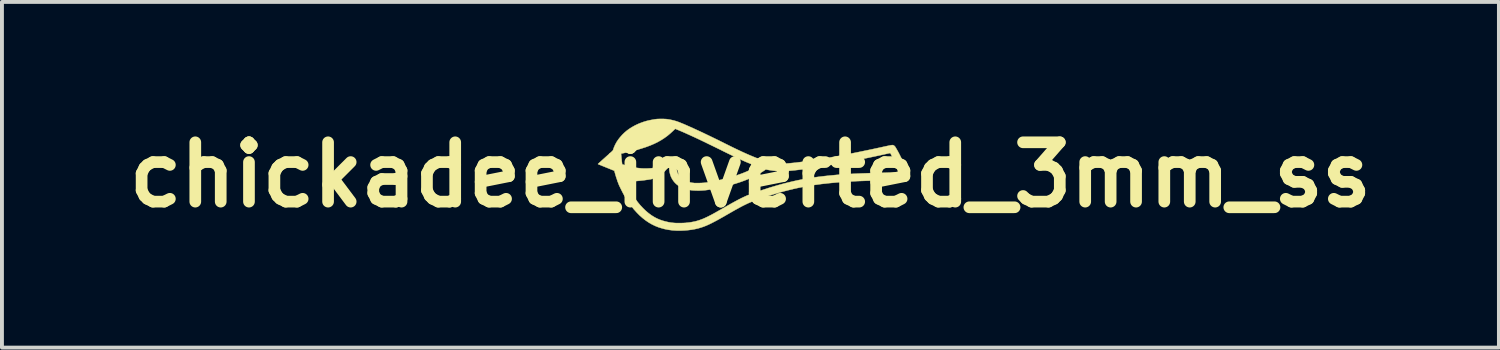
<source format=kicad_pcb>
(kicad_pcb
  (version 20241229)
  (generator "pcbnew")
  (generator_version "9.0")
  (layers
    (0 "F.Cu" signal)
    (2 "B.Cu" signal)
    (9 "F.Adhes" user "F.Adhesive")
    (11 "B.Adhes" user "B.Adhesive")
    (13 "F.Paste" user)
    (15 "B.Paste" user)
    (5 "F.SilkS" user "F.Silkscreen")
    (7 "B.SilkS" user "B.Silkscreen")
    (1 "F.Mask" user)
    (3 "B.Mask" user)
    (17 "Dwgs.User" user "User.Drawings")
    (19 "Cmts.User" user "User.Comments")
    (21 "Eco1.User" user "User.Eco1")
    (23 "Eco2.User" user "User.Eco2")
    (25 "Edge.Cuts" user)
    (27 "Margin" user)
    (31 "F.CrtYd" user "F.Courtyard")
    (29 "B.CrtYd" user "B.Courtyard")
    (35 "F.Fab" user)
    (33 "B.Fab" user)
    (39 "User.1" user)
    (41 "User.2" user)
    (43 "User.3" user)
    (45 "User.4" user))
  (footprint "chickadee_inverted_3mm_ss"
    (layer "F.Cu")
    (at 16.227 1.44)
    (property "Reference" "chickadee_inverted_3mm_ss" (at 0 0 0) (layer "F.SilkS") (effects (font (size 1.524 1.524) (thickness 0.3))))
    (attr through_hole)
    (fp_poly (pts (xy -2.253 -1.435) (xy -2.221 -1.434) (xy -2.193 -1.433) (xy -2.167 -1.431) (xy -2.143 -1.429) (xy -2.117 -1.425) (xy -2.09 -1.421) (xy -2.059 -1.415) (xy -2.058 -1.415) (xy -2.016 -1.406) (xy -1.974 -1.396) (xy -1.934 -1.385) (xy -1.892 -1.372) (xy -1.849 -1.357) (xy -1.803 -1.339) (xy -1.752 -1.318) (xy -1.712 -1.302) (xy -1.637 -1.269) (xy -1.56 -1.235) (xy -1.481 -1.2) (xy -1.4 -1.162) (xy -1.315 -1.123) (xy -1.227 -1.082) (xy -1.135 -1.038) (xy -1.039 -0.992) (xy -0.938 -0.943) (xy -0.831 -0.891) (xy -0.719 -0.835) (xy -0.651 -0.801) (xy -0.564 -0.758) (xy -0.483 -0.718) (xy -0.407 -0.681) (xy -0.336 -0.647) (xy -0.268 -0.615) (xy -0.204 -0.585) (xy -0.142 -0.557) (xy -0.082 -0.53) (xy -0.024 -0.505) (xy 0.033 -0.481) (xy 0.091 -0.457) (xy 0.148 -0.434) (xy 0.207 -0.411) (xy 0.267 -0.388) (xy 0.33 -0.365) (xy 0.369 -0.35) (xy 0.394 -0.342) (xy 0.42 -0.333) (xy 0.443 -0.326) (xy 0.465 -0.32) (xy 0.483 -0.316) (xy 0.497 -0.314) (xy 0.506 -0.313) (xy 0.508 -0.314) (xy 0.512 -0.313) (xy 0.513 -0.313) (xy 0.518 -0.311) (xy 0.527 -0.308) (xy 0.54 -0.306) (xy 0.554 -0.305) (xy 0.566 -0.303) (xy 0.573 -0.302) (xy 0.61 -0.297) (xy 0.641 -0.294) (xy 0.668 -0.291) (xy 0.693 -0.288) (xy 0.717 -0.287) (xy 0.742 -0.286) (xy 0.769 -0.286) (xy 0.789 -0.285) (xy 0.818 -0.286) (xy 0.848 -0.286) (xy 0.877 -0.287) (xy 0.904 -0.288) (xy 0.926 -0.289) (xy 0.931 -0.29) (xy 0.954 -0.292) (xy 0.982 -0.294) (xy 1.012 -0.297) (xy 1.043 -0.3) (xy 1.075 -0.303) (xy 1.106 -0.306) (xy 1.134 -0.309) (xy 1.159 -0.311) (xy 1.18 -0.314) (xy 1.195 -0.315) (xy 1.197 -0.316) (xy 1.211 -0.317) (xy 1.229 -0.32) (xy 1.251 -0.323) (xy 1.274 -0.325) (xy 1.285 -0.327) (xy 1.377 -0.339) (xy 1.477 -0.353) (xy 1.582 -0.368) (xy 1.694 -0.386) (xy 1.81 -0.405) (xy 1.932 -0.425) (xy 2.058 -0.447) (xy 2.188 -0.47) (xy 2.322 -0.495) (xy 2.459 -0.521) (xy 2.599 -0.548) (xy 2.741 -0.576) (xy 2.886 -0.606) (xy 3.032 -0.636) (xy 3.179 -0.667) (xy 3.327 -0.699) (xy 3.468 -0.73) (xy 3.509 -0.739) (xy 3.544 -0.746) (xy 3.572 -0.752) (xy 3.596 -0.757) (xy 3.615 -0.76) (xy 3.63 -0.762) (xy 3.643 -0.763) (xy 3.653 -0.763) (xy 3.661 -0.762) (xy 3.669 -0.76) (xy 3.676 -0.757) (xy 3.683 -0.753) (xy 3.686 -0.751) (xy 3.693 -0.746) (xy 3.7 -0.741) (xy 3.706 -0.734) (xy 3.714 -0.726) (xy 3.722 -0.714) (xy 3.732 -0.698) (xy 3.743 -0.679) (xy 3.758 -0.654) (xy 3.774 -0.626) (xy 3.81 -0.56) (xy 3.843 -0.495) (xy 3.874 -0.432) (xy 3.901 -0.371) (xy 3.925 -0.313) (xy 3.945 -0.259) (xy 3.961 -0.209) (xy 3.973 -0.163) (xy 3.977 -0.145) (xy 3.981 -0.118) (xy 3.983 -0.088) (xy 3.984 -0.059) (xy 3.983 -0.03) (xy 3.98 -0.005) (xy 3.975 0.015) (xy 3.974 0.019) (xy 3.96 0.047) (xy 3.941 0.071) (xy 3.916 0.09) (xy 3.888 0.103) (xy 3.877 0.107) (xy 3.868 0.11) (xy 3.864 0.112) (xy 3.856 0.114) (xy 3.851 0.115) (xy 3.843 0.116) (xy 3.831 0.117) (xy 3.817 0.119) (xy 3.816 0.119) (xy 3.789 0.123) (xy 3.754 0.126) (xy 3.713 0.129) (xy 3.665 0.132) (xy 3.611 0.135) (xy 3.551 0.137) (xy 3.485 0.139) (xy 3.414 0.141) (xy 3.337 0.143) (xy 3.331 0.143) (xy 3.302 0.144) (xy 3.273 0.145) (xy 3.244 0.145) (xy 3.217 0.146) (xy 3.196 0.147) (xy 3.19 0.147) (xy 3.166 0.148) (xy 3.138 0.149) (xy 3.109 0.15) (xy 3.082 0.151) (xy 3.079 0.151) (xy 2.996 0.153) (xy 2.913 0.156) (xy 2.832 0.159) (xy 2.752 0.162) (xy 2.675 0.166) (xy 2.602 0.17) (xy 2.533 0.174) (xy 2.469 0.178) (xy 2.412 0.182) (xy 2.386 0.184) (xy 2.364 0.185) (xy 2.344 0.187) (xy 2.328 0.188) (xy 2.317 0.189) (xy 2.311 0.189) (xy 2.311 0.189) (xy 2.302 0.19) (xy 2.286 0.191) (xy 2.265 0.192) (xy 2.24 0.195) (xy 2.211 0.197) (xy 2.18 0.2) (xy 2.148 0.203) (xy 2.115 0.206) (xy 2.082 0.209) (xy 2.05 0.212) (xy 2.021 0.215) (xy 1.995 0.217) (xy 1.973 0.22) (xy 1.955 0.222) (xy 1.944 0.223) (xy 1.941 0.224) (xy 1.932 0.225) (xy 1.927 0.226) (xy 1.926 0.226) (xy 1.921 0.226) (xy 1.91 0.227) (xy 1.893 0.229) (xy 1.872 0.231) (xy 1.848 0.234) (xy 1.821 0.237) (xy 1.792 0.241) (xy 1.763 0.245) (xy 1.734 0.249) (xy 1.706 0.253) (xy 1.681 0.256) (xy 1.658 0.259) (xy 1.639 0.262) (xy 1.633 0.263) (xy 1.616 0.266) (xy 1.6 0.268) (xy 1.588 0.27) (xy 1.586 0.27) (xy 1.575 0.272) (xy 1.56 0.274) (xy 1.542 0.277) (xy 1.529 0.279) (xy 1.512 0.283) (xy 1.495 0.285) (xy 1.482 0.287) (xy 1.476 0.288) (xy 1.462 0.29) (xy 1.441 0.294) (xy 1.415 0.299) (xy 1.384 0.304) (xy 1.351 0.311) (xy 1.315 0.318) (xy 1.278 0.326) (xy 1.24 0.333) (xy 1.203 0.341) (xy 1.168 0.349) (xy 1.153 0.352) (xy 1.132 0.357) (xy 1.108 0.362) (xy 1.082 0.369) (xy 1.055 0.375) (xy 1.028 0.382) (xy 1.002 0.388) (xy 0.978 0.394) (xy 0.957 0.399) (xy 0.94 0.404) (xy 0.928 0.407) (xy 0.922 0.409) (xy 0.922 0.409) (xy 0.913 0.411) (xy 0.909 0.412) (xy 0.901 0.414) (xy 0.887 0.417) (xy 0.868 0.422) (xy 0.845 0.428) (xy 0.817 0.436) (xy 0.787 0.444) (xy 0.755 0.454) (xy 0.722 0.463) (xy 0.688 0.473) (xy 0.655 0.483) (xy 0.623 0.492) (xy 0.593 0.501) (xy 0.575 0.507) (xy 0.553 0.513) (xy 0.526 0.522) (xy 0.495 0.532) (xy 0.461 0.543) (xy 0.426 0.554) (xy 0.391 0.566) (xy 0.366 0.574) (xy 0.306 0.594) (xy 0.25 0.613) (xy 0.198 0.631) (xy 0.15 0.648) (xy 0.104 0.665) (xy 0.061 0.681) (xy 0.019 0.698) (xy -0.022 0.715) (xy -0.062 0.732) (xy -0.102 0.751) (xy -0.143 0.771) (xy -0.186 0.792) (xy -0.23 0.815) (xy -0.277 0.84) (xy -0.327 0.868) (xy -0.381 0.897) (xy -0.439 0.93) (xy -0.502 0.966) (xy -0.571 1.006) (xy -0.582 1.012) (xy -0.653 1.053) (xy -0.718 1.09) (xy -0.778 1.124) (xy -0.832 1.154) (xy -0.883 1.182) (xy -0.929 1.206) (xy -0.973 1.229) (xy -1.013 1.249) (xy -1.05 1.267) (xy -1.086 1.284) (xy -1.12 1.299) (xy -1.153 1.313) (xy -1.185 1.325) (xy -1.217 1.337) (xy -1.249 1.348) (xy -1.265 1.353) (xy -1.342 1.376) (xy -1.425 1.395) (xy -1.513 1.411) (xy -1.603 1.422) (xy -1.697 1.43) (xy -1.791 1.434) (xy -1.886 1.433) (xy -1.903 1.433) (xy -2.008 1.426) (xy -2.11 1.412) (xy -2.21 1.392) (xy -2.309 1.364) (xy -2.366 1.346) (xy -2.45 1.312) (xy -2.532 1.272) (xy -2.614 1.225) (xy -2.693 1.171) (xy -2.771 1.11) (xy -2.847 1.043) (xy -2.92 0.969) (xy -2.992 0.889) (xy -3.061 0.803) (xy -3.128 0.711) (xy -3.141 0.691) (xy -3.175 0.639) (xy -3.207 0.587) (xy -3.239 0.534) (xy -3.27 0.478) (xy -3.301 0.418) (xy -3.333 0.354) (xy -3.367 0.284) (xy -3.374 0.269) (xy -3.382 0.249) (xy -3.392 0.224) (xy -3.403 0.194) (xy -3.415 0.161) (xy -3.415 0.161) (xy -3.206 0.161) (xy -3.206 0.165) (xy -3.202 0.175) (xy -3.196 0.19) (xy -3.188 0.209) (xy -3.177 0.231) (xy -3.165 0.257) (xy -3.152 0.284) (xy -3.138 0.312) (xy -3.082 0.418) (xy -3.023 0.518) (xy -2.962 0.612) (xy -2.898 0.7) (xy -2.831 0.781) (xy -2.761 0.856) (xy -2.69 0.925) (xy -2.616 0.987) (xy -2.54 1.043) (xy -2.462 1.091) (xy -2.458 1.093) (xy -2.396 1.125) (xy -2.328 1.154) (xy -2.256 1.179) (xy -2.18 1.2) (xy -2.102 1.218) (xy -2.022 1.231) (xy -1.945 1.238) (xy -1.927 1.239) (xy -1.903 1.24) (xy -1.874 1.24) (xy -1.843 1.24) (xy -1.81 1.24) (xy -1.777 1.24) (xy -1.745 1.239) (xy -1.716 1.238) (xy -1.692 1.237) (xy -1.673 1.236) (xy -1.617 1.23) (xy -1.564 1.224) (xy -1.514 1.216) (xy -1.465 1.207) (xy -1.417 1.197) (xy -1.37 1.184) (xy -1.323 1.17) (xy -1.275 1.153) (xy -1.225 1.134) (xy -1.174 1.112) (xy -1.12 1.087) (xy -1.064 1.059) (xy -1.003 1.028) (xy -0.939 0.993) (xy -0.869 0.954) (xy -0.804 0.917) (xy -0.77 0.898) (xy -0.733 0.877) (xy -0.694 0.854) (xy -0.655 0.832) (xy -0.618 0.811) (xy -0.585 0.792) (xy -0.57 0.783) (xy -0.496 0.741) (xy -0.427 0.703) (xy -0.363 0.668) (xy -0.303 0.636) (xy -0.246 0.607) (xy -0.192 0.581) (xy -0.14 0.557) (xy -0.09 0.534) (xy -0.04 0.514) (xy 0.009 0.494) (xy 0.035 0.484) (xy 0.057 0.476) (xy 0.086 0.466) (xy 0.119 0.454) (xy 0.157 0.441) (xy 0.198 0.427) (xy 0.241 0.413) (xy 0.286 0.398) (xy 0.331 0.383) (xy 0.375 0.369) (xy 0.418 0.355) (xy 0.458 0.342) (xy 0.495 0.33) (xy 0.528 0.32) (xy 0.552 0.313) (xy 0.69 0.272) (xy 0.825 0.235) (xy 0.957 0.201) (xy 1.087 0.17) (xy 1.217 0.141) (xy 1.347 0.116) (xy 1.478 0.092) (xy 1.612 0.071) (xy 1.75 0.052) (xy 1.893 0.035) (xy 2.042 0.019) (xy 2.068 0.017) (xy 2.141 0.01) (xy 2.213 0.003) (xy 2.286 -0.003) (xy 2.36 -0.008) (xy 2.436 -0.013) (xy 2.514 -0.018) (xy 2.594 -0.023) (xy 2.678 -0.027) (xy 2.766 -0.031) (xy 2.858 -0.035) (xy 2.955 -0.038) (xy 3.057 -0.042) (xy 3.165 -0.045) (xy 3.28 -0.048) (xy 3.313 -0.049) (xy 3.386 -0.051) (xy 3.453 -0.053) (xy 3.515 -0.055) (xy 3.571 -0.057) (xy 3.621 -0.059) (xy 3.665 -0.061) (xy 3.703 -0.063) (xy 3.734 -0.065) (xy 3.758 -0.067) (xy 3.776 -0.069) (xy 3.786 -0.071) (xy 3.788 -0.071) (xy 3.791 -0.076) (xy 3.791 -0.086) (xy 3.789 -0.102) (xy 3.785 -0.122) (xy 3.779 -0.146) (xy 3.771 -0.173) (xy 3.762 -0.202) (xy 3.751 -0.232) (xy 3.746 -0.245) (xy 3.736 -0.268) (xy 3.724 -0.297) (xy 3.709 -0.329) (xy 3.693 -0.363) (xy 3.676 -0.398) (xy 3.659 -0.433) (xy 3.642 -0.465) (xy 3.626 -0.494) (xy 3.618 -0.51) (xy 3.609 -0.526) (xy 3.601 -0.541) (xy 3.595 -0.551) (xy 3.591 -0.557) (xy 3.591 -0.558) (xy 3.587 -0.558) (xy 3.577 -0.556) (xy 3.562 -0.553) (xy 3.543 -0.549) (xy 3.52 -0.544) (xy 3.497 -0.539) (xy 3.331 -0.502) (xy 3.166 -0.467) (xy 3.004 -0.433) (xy 2.845 -0.4) (xy 2.689 -0.369) (xy 2.536 -0.339) (xy 2.386 -0.311) (xy 2.241 -0.284) (xy 2.099 -0.259) (xy 1.961 -0.235) (xy 1.828 -0.213) (xy 1.7 -0.192) (xy 1.576 -0.173) (xy 1.458 -0.156) (xy 1.346 -0.141) (xy 1.239 -0.128) (xy 1.138 -0.116) (xy 1.043 -0.107) (xy 0.955 -0.099) (xy 0.884 -0.094) (xy 0.811 -0.092) (xy 0.733 -0.093) (xy 0.652 -0.099) (xy 0.569 -0.108) (xy 0.484 -0.121) (xy 0.44 -0.129) (xy 0.395 -0.138) (xy 0.34 -0.1) (xy 0.255 -0.046) (xy 0.164 0.006) (xy 0.066 0.055) (xy -0.039 0.102) (xy -0.15 0.147) (xy -0.267 0.189) (xy -0.391 0.229) (xy -0.52 0.266) (xy -0.656 0.301) (xy -0.797 0.333) (xy -0.943 0.363) (xy -1.02 0.376) (xy -1.091 0.387) (xy -1.158 0.396) (xy -1.222 0.401) (xy -1.284 0.405) (xy -1.344 0.406) (xy -1.381 0.405) (xy -1.446 0.403) (xy -1.506 0.398) (xy -1.561 0.39) (xy -1.612 0.38) (xy -1.662 0.367) (xy -1.711 0.351) (xy -1.731 0.343) (xy -1.791 0.316) (xy -1.846 0.283) (xy -1.896 0.246) (xy -1.94 0.204) (xy -1.979 0.157) (xy -2.012 0.106) (xy -2.04 0.051) (xy -2.061 -0.007) (xy -2.076 -0.07) (xy -2.083 -0.115) (xy -2.085 -0.136) (xy -2.086 -0.16) (xy -2.086 -0.184) (xy -2.086 -0.192) (xy -2.086 -0.208) (xy -2.086 -0.22) (xy -2.086 -0.228) (xy -2.087 -0.229) (xy -2.09 -0.226) (xy -2.096 -0.217) (xy -2.105 -0.206) (xy -2.114 -0.194) (xy -2.163 -0.134) (xy -2.214 -0.079) (xy -2.268 -0.031) (xy -2.324 0.011) (xy -2.382 0.047) (xy -2.441 0.076) (xy -2.501 0.099) (xy -2.538 0.109) (xy -2.561 0.114) (xy -2.59 0.119) (xy -2.624 0.125) (xy -2.663 0.13) (xy -2.704 0.136) (xy -2.748 0.142) (xy -2.793 0.147) (xy -2.838 0.152) (xy -2.882 0.156) (xy -2.924 0.16) (xy -2.962 0.163) (xy -2.963 0.163) (xy -2.988 0.165) (xy -3.016 0.166) (xy -3.047 0.166) (xy -3.078 0.167) (xy -3.108 0.166) (xy -3.135 0.166) (xy -3.159 0.165) (xy -3.177 0.164) (xy -3.179 0.163) (xy -3.192 0.162) (xy -3.202 0.161) (xy -3.206 0.161) (xy -3.206 0.161) (xy -3.415 0.161) (xy -3.427 0.125) (xy -3.44 0.088) (xy -3.452 0.051) (xy -3.463 0.014) (xy -3.473 -0.02) (xy -3.482 -0.051) (xy -3.485 -0.064) (xy -3.496 -0.104) (xy -3.706 -0.189) (xy -3.743 -0.204) (xy -3.778 -0.218) (xy -3.81 -0.231) (xy -3.839 -0.243) (xy -3.865 -0.254) (xy -3.886 -0.262) (xy -3.902 -0.269) (xy -3.912 -0.274) (xy -3.917 -0.276) (xy -3.917 -0.276) (xy -3.915 -0.279) (xy -3.907 -0.286) (xy -3.895 -0.297) (xy -3.879 -0.312) (xy -3.859 -0.33) (xy -3.836 -0.351) (xy -3.81 -0.375) (xy -3.782 -0.4) (xy -3.751 -0.427) (xy -3.725 -0.451) (xy -3.688 -0.484) (xy -3.656 -0.512) (xy -3.629 -0.537) (xy -3.622 -0.543) (xy -3.323 -0.543) (xy -3.323 -0.539) (xy -3.322 -0.529) (xy -3.321 -0.513) (xy -3.319 -0.493) (xy -3.316 -0.468) (xy -3.314 -0.44) (xy -3.311 -0.41) (xy -3.31 -0.407) (xy -3.307 -0.371) (xy -3.304 -0.343) (xy -3.301 -0.32) (xy -3.299 -0.302) (xy -3.297 -0.289) (xy -3.296 -0.28) (xy -3.294 -0.273) (xy -3.292 -0.27) (xy -3.291 -0.268) (xy -3.284 -0.266) (xy -3.271 -0.262) (xy -3.254 -0.256) (xy -3.233 -0.25) (xy -3.209 -0.243) (xy -3.183 -0.236) (xy -3.156 -0.229) (xy -3.13 -0.222) (xy -3.106 -0.216) (xy -3.084 -0.21) (xy -3.066 -0.206) (xy -3.064 -0.206) (xy -2.994 -0.191) (xy -2.928 -0.179) (xy -2.863 -0.171) (xy -2.8 -0.165) (xy -2.736 -0.162) (xy -2.671 -0.162) (xy -2.603 -0.165) (xy -2.531 -0.17) (xy -2.457 -0.178) (xy -2.418 -0.183) (xy -2.374 -0.189) (xy -2.328 -0.195) (xy -2.282 -0.202) (xy -2.235 -0.21) (xy -2.191 -0.217) (xy -2.151 -0.225) (xy -2.116 -0.232) (xy -2.106 -0.234) (xy -2.098 -0.235) (xy -2.091 -0.236) (xy -2.083 -0.237) (xy -2.074 -0.237) (xy -2.062 -0.236) (xy -2.046 -0.234) (xy -2.026 -0.231) (xy -2 -0.227) (xy -1.996 -0.227) (xy -1.971 -0.223) (xy -1.949 -0.219) (xy -1.93 -0.217) (xy -1.915 -0.214) (xy -1.905 -0.213) (xy -1.903 -0.212) (xy -1.9 -0.211) (xy -1.898 -0.209) (xy -1.896 -0.203) (xy -1.895 -0.194) (xy -1.894 -0.18) (xy -1.893 -0.162) (xy -1.888 -0.108) (xy -1.876 -0.059) (xy -1.858 -0.013) (xy -1.835 0.029) (xy -1.805 0.067) (xy -1.77 0.101) (xy -1.728 0.13) (xy -1.681 0.155) (xy -1.636 0.173) (xy -1.608 0.182) (xy -1.575 0.191) (xy -1.54 0.198) (xy -1.507 0.204) (xy -1.488 0.207) (xy -1.471 0.208) (xy -1.456 0.21) (xy -1.444 0.212) (xy -1.441 0.212) (xy -1.429 0.213) (xy -1.412 0.213) (xy -1.39 0.213) (xy -1.364 0.213) (xy -1.336 0.212) (xy -1.307 0.212) (xy -1.278 0.211) (xy -1.25 0.21) (xy -1.224 0.208) (xy -1.203 0.207) (xy -1.186 0.206) (xy -1.183 0.205) (xy -1.147 0.201) (xy -1.115 0.197) (xy -1.084 0.192) (xy -1.052 0.187) (xy -1.018 0.181) (xy -0.979 0.174) (xy -0.969 0.172) (xy -0.826 0.143) (xy -0.689 0.111) (xy -0.558 0.077) (xy -0.432 0.04) (xy -0.313 0.001) (xy -0.2 -0.04) (xy -0.093 -0.084) (xy 0.007 -0.13) (xy 0.081 -0.168) (xy 0.108 -0.182) (xy 0.128 -0.194) (xy 0.144 -0.203) (xy 0.154 -0.209) (xy 0.161 -0.214) (xy 0.163 -0.217) (xy 0.163 -0.219) (xy 0.161 -0.22) (xy 0.156 -0.222) (xy 0.145 -0.226) (xy 0.129 -0.232) (xy 0.11 -0.24) (xy 0.087 -0.249) (xy 0.061 -0.259) (xy 0.054 -0.262) (xy 0.014 -0.278) (xy -0.024 -0.294) (xy -0.061 -0.309) (xy -0.097 -0.324) (xy -0.133 -0.339) (xy -0.169 -0.355) (xy -0.205 -0.371) (xy -0.243 -0.388) (xy -0.282 -0.406) (xy -0.324 -0.425) (xy -0.368 -0.446) (xy -0.416 -0.469) (xy -0.467 -0.494) (xy -0.523 -0.521) (xy -0.583 -0.55) (xy -0.648 -0.582) (xy -0.719 -0.617) (xy -0.758 -0.637) (xy -0.876 -0.695) (xy -0.987 -0.749) (xy -1.092 -0.8) (xy -1.192 -0.849) (xy -1.286 -0.894) (xy -1.375 -0.936) (xy -1.459 -0.975) (xy -1.538 -1.011) (xy -1.613 -1.045) (xy -1.683 -1.077) (xy -1.75 -1.106) (xy -1.813 -1.133) (xy -1.869 -1.156) (xy -1.932 -1.182) (xy -1.985 -1.131) (xy -2.058 -1.064) (xy -2.133 -1.001) (xy -2.212 -0.944) (xy -2.294 -0.891) (xy -2.381 -0.842) (xy -2.473 -0.797) (xy -2.571 -0.755) (xy -2.675 -0.716) (xy -2.698 -0.708) (xy -2.81 -0.672) (xy -2.928 -0.637) (xy -3.053 -0.604) (xy -3.185 -0.573) (xy -3.251 -0.559) (xy -3.273 -0.554) (xy -3.292 -0.55) (xy -3.307 -0.547) (xy -3.318 -0.544) (xy -3.323 -0.543) (xy -3.323 -0.543) (xy -3.622 -0.543) (xy -3.606 -0.558) (xy -3.587 -0.575) (xy -3.571 -0.589) (xy -3.558 -0.601) (xy -3.549 -0.611) (xy -3.541 -0.618) (xy -3.536 -0.624) (xy -3.532 -0.629) (xy -3.53 -0.633) (xy -3.528 -0.637) (xy -3.527 -0.64) (xy -3.527 -0.641) (xy -3.52 -0.662) (xy -3.511 -0.688) (xy -3.5 -0.716) (xy -3.487 -0.745) (xy -3.474 -0.774) (xy -3.467 -0.787) (xy -3.434 -0.847) (xy -3.395 -0.905) (xy -3.351 -0.961) (xy -3.301 -1.018) (xy -3.288 -1.032) (xy -3.231 -1.087) (xy -3.172 -1.137) (xy -3.11 -1.182) (xy -3.043 -1.224) (xy -2.972 -1.264) (xy -2.95 -1.275) (xy -2.88 -1.308) (xy -2.81 -1.336) (xy -2.739 -1.361) (xy -2.665 -1.383) (xy -2.588 -1.401) (xy -2.505 -1.417) (xy -2.458 -1.425) (xy -2.437 -1.428) (xy -2.419 -1.43) (xy -2.403 -1.432) (xy -2.386 -1.433) (xy -2.367 -1.434) (xy -2.345 -1.434) (xy -2.319 -1.435) (xy -2.291 -1.435) (xy -2.253 -1.435)) (stroke (width 0.01) (type solid)) (fill yes) (layer "F.SilkS")))
  (gr_rect
    (start -3 -3)
    (end 35.454 5.879)
    (stroke (width 0.1) (type default))
    (fill no)
    (layer "Edge.Cuts")))
</source>
